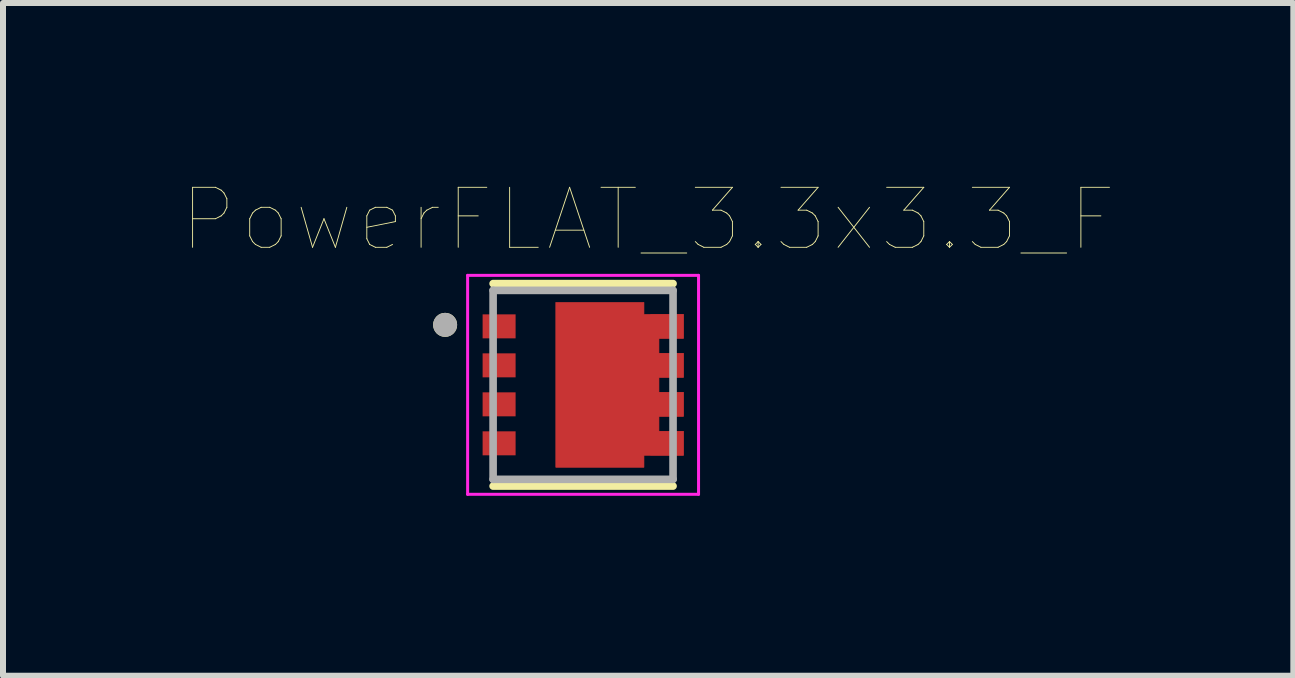
<source format=kicad_pcb>
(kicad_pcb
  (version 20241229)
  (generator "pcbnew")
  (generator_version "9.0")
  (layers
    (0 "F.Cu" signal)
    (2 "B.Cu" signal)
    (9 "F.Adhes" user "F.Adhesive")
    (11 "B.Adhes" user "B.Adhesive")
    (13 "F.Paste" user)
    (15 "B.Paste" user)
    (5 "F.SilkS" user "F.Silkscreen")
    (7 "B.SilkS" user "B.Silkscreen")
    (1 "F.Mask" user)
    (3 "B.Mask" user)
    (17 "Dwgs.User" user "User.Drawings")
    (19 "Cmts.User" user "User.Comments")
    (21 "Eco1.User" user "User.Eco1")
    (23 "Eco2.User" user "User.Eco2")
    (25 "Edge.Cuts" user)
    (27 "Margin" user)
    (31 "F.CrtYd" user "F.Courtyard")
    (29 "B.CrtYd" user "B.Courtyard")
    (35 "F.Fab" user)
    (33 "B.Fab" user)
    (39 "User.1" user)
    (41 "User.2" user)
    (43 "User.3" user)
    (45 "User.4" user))
  (footprint "PowerFLAT_3.3x3.3_F"
    (layer "F.Cu")
    (at 6.671 3.366)
    (property "Reference" "PowerFLAT_3.3x3.3_F" (at 1.085 -2.755 0) (layer "F.SilkS") (effects (font (size 1 1) (thickness 0.015))))
    (attr smd)
    (fp_poly (pts (xy -0.455 -1.375) (xy -0.455 1.375) (xy 1.015 1.375) (xy 1.015 1.175) (xy 1.675 1.175) (xy 1.675 0.775) (xy 1.265 0.775) (xy 1.265 0.525) (xy 1.675 0.525) (xy 1.675 0.125) (xy 1.265 0.125) (xy 1.265 -0.125) (xy 1.675 -0.125) (xy 1.675 -0.525) (xy 1.265 -0.525) (xy 1.265 -0.775) (xy 1.675 -0.775) (xy 1.675 -1.175) (xy 1.015 -1.175) (xy 1.015 -1.375)) (stroke (width 0.01) (type solid)) (fill yes) (layer "F.Cu"))
    (fp_poly (pts (xy -0.555 -1.475) (xy -0.555 1.475) (xy 1.115 1.475) (xy 1.115 1.225) (xy 1.725 1.225) (xy 1.725 0.725) (xy 1.315 0.725) (xy 1.315 0.575) (xy 1.725 0.575) (xy 1.725 0.075) (xy 1.315 0.075) (xy 1.315 -0.075) (xy 1.725 -0.075) (xy 1.725 -0.575) (xy 1.315 -0.575) (xy 1.315 -0.725) (xy 1.725 -0.725) (xy 1.725 -1.225) (xy 1.115 -1.225) (xy 1.115 -1.475)) (stroke (width 0.01) (type solid)) (fill yes) (layer "F.Mask"))
    (fp_line (start 1.5 -1.688) (end -1.5 -1.688) (stroke (width 0.127) (type solid)) (layer "F.SilkS"))
    (fp_line (start 1.5 1.688) (end -1.5 1.688) (stroke (width 0.127) (type solid)) (layer "F.SilkS"))
    (fp_circle (center -2.3 -1) (end -2.2 -1) (stroke (width 0.2) (type solid)) (fill no) (layer "F.SilkS"))
    (fp_poly (pts (xy -0.59 -0.465) (xy 1.15 -0.465) (xy 1.15 0.465) (xy -0.59 0.465)) (stroke (width 0.01) (type solid)) (fill yes) (layer "F.Paste"))
    (fp_poly (pts (xy 1.2 -1.25) (xy 1.6 -1.25) (xy 1.6 -0.7) (xy 1.2 -0.7)) (stroke (width 0.01) (type solid)) (fill yes) (layer "F.Paste"))
    (fp_poly (pts (xy 1.2 -0.6) (xy 1.6 -0.6) (xy 1.6 -0.05) (xy 1.2 -0.05)) (stroke (width 0.01) (type solid)) (fill yes) (layer "F.Paste"))
    (fp_poly (pts (xy 1.2 0.05) (xy 1.6 0.05) (xy 1.6 0.6) (xy 1.2 0.6)) (stroke (width 0.01) (type solid)) (fill yes) (layer "F.Paste"))
    (fp_poly (pts (xy 1.2 0.7) (xy 1.6 0.7) (xy 1.6 1.25) (xy 1.2 1.25)) (stroke (width 0.01) (type solid)) (fill yes) (layer "F.Paste"))
    (fp_line (start -1.925 -1.825) (end 1.925 -1.825) (stroke (width 0.05) (type solid)) (layer "F.CrtYd"))
    (fp_line (start -1.925 1.825) (end -1.925 -1.825) (stroke (width 0.05) (type solid)) (layer "F.CrtYd"))
    (fp_line (start 1.925 -1.825) (end 1.925 1.825) (stroke (width 0.05) (type solid)) (layer "F.CrtYd"))
    (fp_line (start 1.925 1.825) (end -1.925 1.825) (stroke (width 0.05) (type solid)) (layer "F.CrtYd"))
    (fp_line (start -1.5 -1.575) (end 1.5 -1.575) (stroke (width 0.127) (type solid)) (layer "F.Fab"))
    (fp_line (start -1.5 1.575) (end -1.5 -1.575) (stroke (width 0.127) (type solid)) (layer "F.Fab"))
    (fp_line (start 1.5 -1.575) (end 1.5 1.575) (stroke (width 0.127) (type solid)) (layer "F.Fab"))
    (fp_line (start 1.5 1.575) (end -1.5 1.575) (stroke (width 0.127) (type solid)) (layer "F.Fab"))
    (fp_circle (center -2.3 -1) (end -2.2 -1) (stroke (width 0.2) (type solid)) (fill no) (layer "F.Fab"))
    (pad "1" smd rect (at -1.4 -0.975) (size 0.55 0.4) (layers "F.Cu" "F.Mask" "F.Paste"))
    (pad "2" smd rect (at -1.4 -0.325) (size 0.55 0.4) (layers "F.Cu" "F.Mask" "F.Paste"))
    (pad "3" smd rect (at -1.4 0.325) (size 0.55 0.4) (layers "F.Cu" "F.Mask" "F.Paste"))
    (pad "4" smd rect (at -1.4 0.975) (size 0.55 0.4) (layers "F.Cu" "F.Mask" "F.Paste"))
    (pad "5" smd rect (at 1.397 0.975) (size 0.55 0.4) (layers "F.Cu" "F.Mask" "F.Paste"))
    (pad "6" smd rect (at 1.397 0.325) (size 0.55 0.4) (layers "F.Cu" "F.Mask" "F.Paste"))
    (pad "7" smd rect (at 1.397 -0.325) (size 0.55 0.4) (layers "F.Cu" "F.Mask" "F.Paste"))
    (pad "8" smd rect (at 1.397 -0.975) (size 0.55 0.4) (layers "F.Cu" "F.Mask" "F.Paste")))
  (gr_rect
    (start -3 -3)
    (end 18.512 8.216)
    (stroke (width 0.1) (type default))
    (fill no)
    (layer "Edge.Cuts")))
</source>
